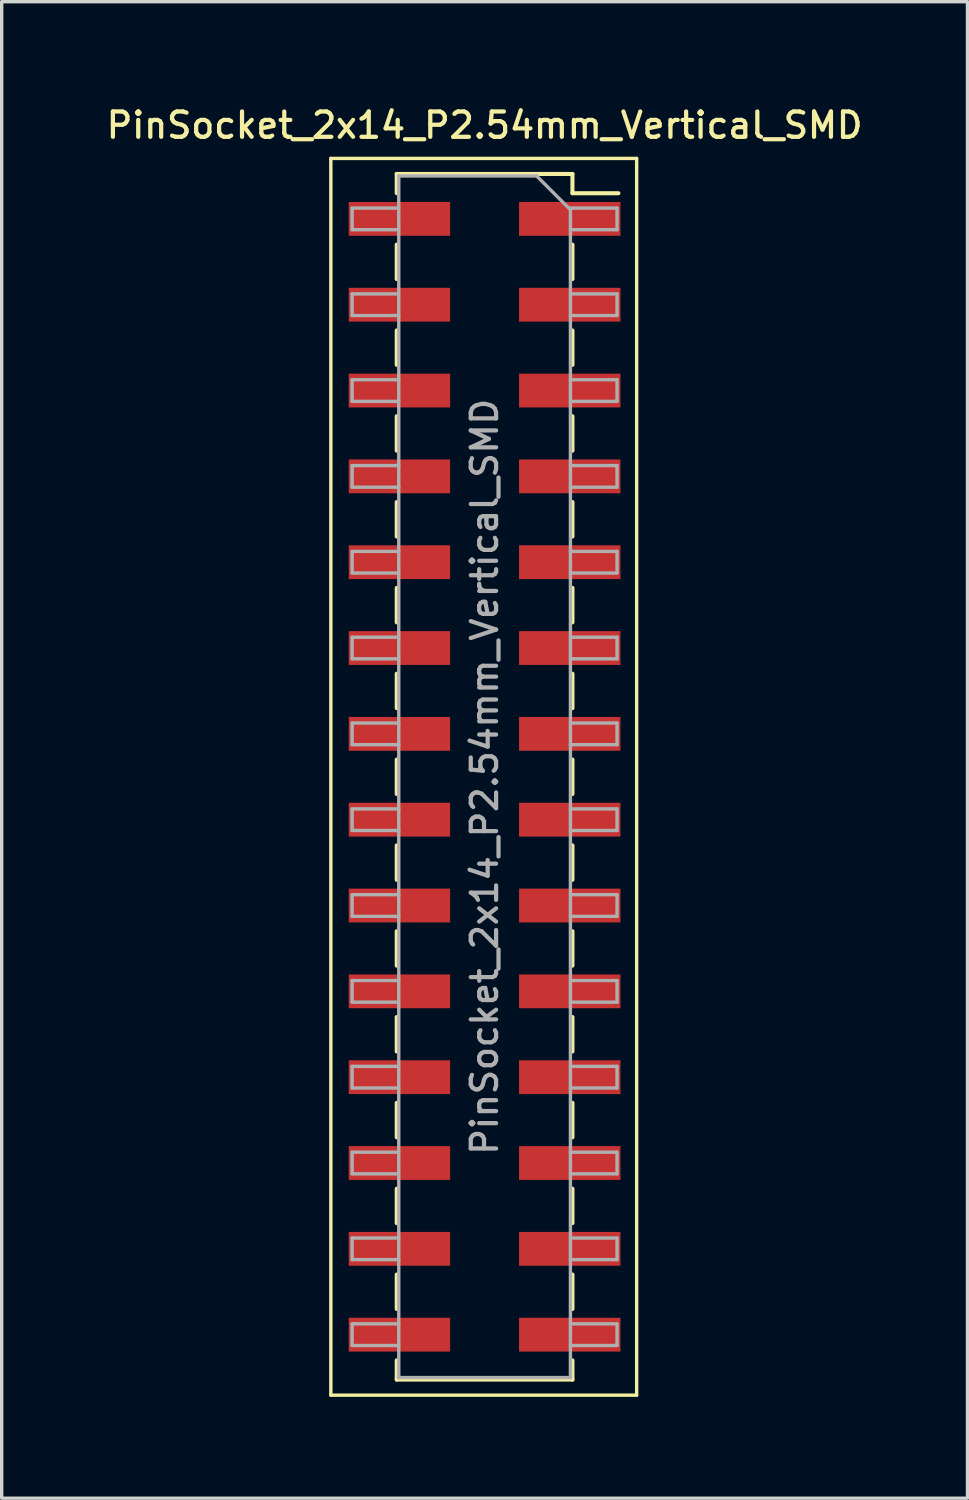
<source format=kicad_pcb>
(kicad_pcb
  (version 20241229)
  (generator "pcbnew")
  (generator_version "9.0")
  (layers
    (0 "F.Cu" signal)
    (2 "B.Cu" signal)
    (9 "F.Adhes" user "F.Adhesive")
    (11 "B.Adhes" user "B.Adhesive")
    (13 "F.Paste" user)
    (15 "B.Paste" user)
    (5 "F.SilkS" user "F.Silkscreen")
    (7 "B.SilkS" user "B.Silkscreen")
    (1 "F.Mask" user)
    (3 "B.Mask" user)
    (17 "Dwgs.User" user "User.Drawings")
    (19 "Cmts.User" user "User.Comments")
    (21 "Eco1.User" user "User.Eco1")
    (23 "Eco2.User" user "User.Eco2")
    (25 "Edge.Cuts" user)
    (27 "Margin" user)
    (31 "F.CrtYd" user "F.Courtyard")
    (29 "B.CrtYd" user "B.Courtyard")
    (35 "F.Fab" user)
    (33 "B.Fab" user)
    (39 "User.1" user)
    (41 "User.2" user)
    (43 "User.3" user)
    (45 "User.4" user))
  (footprint "PinSocket_2x14_P2.54mm_Vertical_SMD"
    (layer "F.Cu")
    (at 11.291 19.938)
    (property "Reference" "PinSocket_2x14_P2.54mm_Vertical_SMD" (at 0 -19.28 0) (layer "F.SilkS") (effects (font (size 0.75 0.75) (thickness 0.125))))
    (attr smd)
    (fp_line (start -4.55 -18.3) (end 4.5 -18.3) (stroke (width 0.1) (type solid)) (layer "F.SilkS"))
    (fp_line (start -4.55 18.3) (end -4.55 -18.3) (stroke (width 0.1) (type solid)) (layer "F.SilkS"))
    (fp_line (start -2.6 -17.84) (end -2.6 -17.27) (stroke (width 0.12) (type solid)) (layer "F.SilkS"))
    (fp_line (start -2.6 -17.84) (end 2.6 -17.84) (stroke (width 0.12) (type solid)) (layer "F.SilkS"))
    (fp_line (start -2.6 -15.75) (end -2.6 -14.73) (stroke (width 0.12) (type solid)) (layer "F.SilkS"))
    (fp_line (start -2.6 -13.21) (end -2.6 -12.19) (stroke (width 0.12) (type solid)) (layer "F.SilkS"))
    (fp_line (start -2.6 -10.67) (end -2.6 -9.65) (stroke (width 0.12) (type solid)) (layer "F.SilkS"))
    (fp_line (start -2.6 -8.13) (end -2.6 -7.11) (stroke (width 0.12) (type solid)) (layer "F.SilkS"))
    (fp_line (start -2.6 -5.59) (end -2.6 -4.57) (stroke (width 0.12) (type solid)) (layer "F.SilkS"))
    (fp_line (start -2.6 -3.05) (end -2.6 -2.03) (stroke (width 0.12) (type solid)) (layer "F.SilkS"))
    (fp_line (start -2.6 -0.51) (end -2.6 0.51) (stroke (width 0.12) (type solid)) (layer "F.SilkS"))
    (fp_line (start -2.6 2.03) (end -2.6 3.05) (stroke (width 0.12) (type solid)) (layer "F.SilkS"))
    (fp_line (start -2.6 4.57) (end -2.6 5.59) (stroke (width 0.12) (type solid)) (layer "F.SilkS"))
    (fp_line (start -2.6 7.11) (end -2.6 8.13) (stroke (width 0.12) (type solid)) (layer "F.SilkS"))
    (fp_line (start -2.6 9.65) (end -2.6 10.67) (stroke (width 0.12) (type solid)) (layer "F.SilkS"))
    (fp_line (start -2.6 12.19) (end -2.6 13.21) (stroke (width 0.12) (type solid)) (layer "F.SilkS"))
    (fp_line (start -2.6 14.73) (end -2.6 15.75) (stroke (width 0.12) (type solid)) (layer "F.SilkS"))
    (fp_line (start -2.6 17.27) (end -2.6 17.84) (stroke (width 0.12) (type solid)) (layer "F.SilkS"))
    (fp_line (start -2.6 17.84) (end 2.6 17.84) (stroke (width 0.12) (type solid)) (layer "F.SilkS"))
    (fp_line (start 2.6 -17.84) (end 2.6 -17.27) (stroke (width 0.12) (type solid)) (layer "F.SilkS"))
    (fp_line (start 2.6 -17.27) (end 3.96 -17.27) (stroke (width 0.12) (type solid)) (layer "F.SilkS"))
    (fp_line (start 2.6 -15.75) (end 2.6 -14.73) (stroke (width 0.12) (type solid)) (layer "F.SilkS"))
    (fp_line (start 2.6 -13.21) (end 2.6 -12.19) (stroke (width 0.12) (type solid)) (layer "F.SilkS"))
    (fp_line (start 2.6 -10.67) (end 2.6 -9.65) (stroke (width 0.12) (type solid)) (layer "F.SilkS"))
    (fp_line (start 2.6 -8.13) (end 2.6 -7.11) (stroke (width 0.12) (type solid)) (layer "F.SilkS"))
    (fp_line (start 2.6 -5.59) (end 2.6 -4.57) (stroke (width 0.12) (type solid)) (layer "F.SilkS"))
    (fp_line (start 2.6 -3.05) (end 2.6 -2.03) (stroke (width 0.12) (type solid)) (layer "F.SilkS"))
    (fp_line (start 2.6 -0.51) (end 2.6 0.51) (stroke (width 0.12) (type solid)) (layer "F.SilkS"))
    (fp_line (start 2.6 2.03) (end 2.6 3.05) (stroke (width 0.12) (type solid)) (layer "F.SilkS"))
    (fp_line (start 2.6 4.57) (end 2.6 5.59) (stroke (width 0.12) (type solid)) (layer "F.SilkS"))
    (fp_line (start 2.6 7.11) (end 2.6 8.13) (stroke (width 0.12) (type solid)) (layer "F.SilkS"))
    (fp_line (start 2.6 9.65) (end 2.6 10.67) (stroke (width 0.12) (type solid)) (layer "F.SilkS"))
    (fp_line (start 2.6 12.19) (end 2.6 13.21) (stroke (width 0.12) (type solid)) (layer "F.SilkS"))
    (fp_line (start 2.6 14.73) (end 2.6 15.75) (stroke (width 0.12) (type solid)) (layer "F.SilkS"))
    (fp_line (start 2.6 17.27) (end 2.6 17.84) (stroke (width 0.12) (type solid)) (layer "F.SilkS"))
    (fp_line (start 4.5 -18.3) (end 4.5 18.3) (stroke (width 0.1) (type solid)) (layer "F.SilkS"))
    (fp_line (start 4.5 18.3) (end -4.55 18.3) (stroke (width 0.1) (type solid)) (layer "F.SilkS"))
    (fp_line (start -3.92 -16.83) (end -2.54 -16.83) (stroke (width 0.1) (type solid)) (layer "F.Fab"))
    (fp_line (start -3.92 -16.19) (end -3.92 -16.83) (stroke (width 0.1) (type solid)) (layer "F.Fab"))
    (fp_line (start -3.92 -14.29) (end -2.54 -14.29) (stroke (width 0.1) (type solid)) (layer "F.Fab"))
    (fp_line (start -3.92 -13.65) (end -3.92 -14.29) (stroke (width 0.1) (type solid)) (layer "F.Fab"))
    (fp_line (start -3.92 -11.75) (end -2.54 -11.75) (stroke (width 0.1) (type solid)) (layer "F.Fab"))
    (fp_line (start -3.92 -11.11) (end -3.92 -11.75) (stroke (width 0.1) (type solid)) (layer "F.Fab"))
    (fp_line (start -3.92 -9.21) (end -2.54 -9.21) (stroke (width 0.1) (type solid)) (layer "F.Fab"))
    (fp_line (start -3.92 -8.57) (end -3.92 -9.21) (stroke (width 0.1) (type solid)) (layer "F.Fab"))
    (fp_line (start -3.92 -6.67) (end -2.54 -6.67) (stroke (width 0.1) (type solid)) (layer "F.Fab"))
    (fp_line (start -3.92 -6.03) (end -3.92 -6.67) (stroke (width 0.1) (type solid)) (layer "F.Fab"))
    (fp_line (start -3.92 -4.13) (end -2.54 -4.13) (stroke (width 0.1) (type solid)) (layer "F.Fab"))
    (fp_line (start -3.92 -3.49) (end -3.92 -4.13) (stroke (width 0.1) (type solid)) (layer "F.Fab"))
    (fp_line (start -3.92 -1.59) (end -2.54 -1.59) (stroke (width 0.1) (type solid)) (layer "F.Fab"))
    (fp_line (start -3.92 -0.95) (end -3.92 -1.59) (stroke (width 0.1) (type solid)) (layer "F.Fab"))
    (fp_line (start -3.92 0.95) (end -2.54 0.95) (stroke (width 0.1) (type solid)) (layer "F.Fab"))
    (fp_line (start -3.92 1.59) (end -3.92 0.95) (stroke (width 0.1) (type solid)) (layer "F.Fab"))
    (fp_line (start -3.92 3.49) (end -2.54 3.49) (stroke (width 0.1) (type solid)) (layer "F.Fab"))
    (fp_line (start -3.92 4.13) (end -3.92 3.49) (stroke (width 0.1) (type solid)) (layer "F.Fab"))
    (fp_line (start -3.92 6.03) (end -2.54 6.03) (stroke (width 0.1) (type solid)) (layer "F.Fab"))
    (fp_line (start -3.92 6.67) (end -3.92 6.03) (stroke (width 0.1) (type solid)) (layer "F.Fab"))
    (fp_line (start -3.92 8.57) (end -2.54 8.57) (stroke (width 0.1) (type solid)) (layer "F.Fab"))
    (fp_line (start -3.92 9.21) (end -3.92 8.57) (stroke (width 0.1) (type solid)) (layer "F.Fab"))
    (fp_line (start -3.92 11.11) (end -2.54 11.11) (stroke (width 0.1) (type solid)) (layer "F.Fab"))
    (fp_line (start -3.92 11.75) (end -3.92 11.11) (stroke (width 0.1) (type solid)) (layer "F.Fab"))
    (fp_line (start -3.92 13.65) (end -2.54 13.65) (stroke (width 0.1) (type solid)) (layer "F.Fab"))
    (fp_line (start -3.92 14.29) (end -3.92 13.65) (stroke (width 0.1) (type solid)) (layer "F.Fab"))
    (fp_line (start -3.92 16.19) (end -2.54 16.19) (stroke (width 0.1) (type solid)) (layer "F.Fab"))
    (fp_line (start -3.92 16.83) (end -3.92 16.19) (stroke (width 0.1) (type solid)) (layer "F.Fab"))
    (fp_line (start -2.54 -17.78) (end 1.54 -17.78) (stroke (width 0.1) (type solid)) (layer "F.Fab"))
    (fp_line (start -2.54 -16.19) (end -3.92 -16.19) (stroke (width 0.1) (type solid)) (layer "F.Fab"))
    (fp_line (start -2.54 -13.65) (end -3.92 -13.65) (stroke (width 0.1) (type solid)) (layer "F.Fab"))
    (fp_line (start -2.54 -11.11) (end -3.92 -11.11) (stroke (width 0.1) (type solid)) (layer "F.Fab"))
    (fp_line (start -2.54 -8.57) (end -3.92 -8.57) (stroke (width 0.1) (type solid)) (layer "F.Fab"))
    (fp_line (start -2.54 -6.03) (end -3.92 -6.03) (stroke (width 0.1) (type solid)) (layer "F.Fab"))
    (fp_line (start -2.54 -3.49) (end -3.92 -3.49) (stroke (width 0.1) (type solid)) (layer "F.Fab"))
    (fp_line (start -2.54 -0.95) (end -3.92 -0.95) (stroke (width 0.1) (type solid)) (layer "F.Fab"))
    (fp_line (start -2.54 1.59) (end -3.92 1.59) (stroke (width 0.1) (type solid)) (layer "F.Fab"))
    (fp_line (start -2.54 4.13) (end -3.92 4.13) (stroke (width 0.1) (type solid)) (layer "F.Fab"))
    (fp_line (start -2.54 6.67) (end -3.92 6.67) (stroke (width 0.1) (type solid)) (layer "F.Fab"))
    (fp_line (start -2.54 9.21) (end -3.92 9.21) (stroke (width 0.1) (type solid)) (layer "F.Fab"))
    (fp_line (start -2.54 11.75) (end -3.92 11.75) (stroke (width 0.1) (type solid)) (layer "F.Fab"))
    (fp_line (start -2.54 14.29) (end -3.92 14.29) (stroke (width 0.1) (type solid)) (layer "F.Fab"))
    (fp_line (start -2.54 16.83) (end -3.92 16.83) (stroke (width 0.1) (type solid)) (layer "F.Fab"))
    (fp_line (start -2.54 17.78) (end -2.54 -17.78) (stroke (width 0.1) (type solid)) (layer "F.Fab"))
    (fp_line (start 1.54 -17.78) (end 2.54 -16.78) (stroke (width 0.1) (type solid)) (layer "F.Fab"))
    (fp_line (start 2.54 -16.83) (end 3.92 -16.83) (stroke (width 0.1) (type solid)) (layer "F.Fab"))
    (fp_line (start 2.54 -16.78) (end 2.54 17.78) (stroke (width 0.1) (type solid)) (layer "F.Fab"))
    (fp_line (start 2.54 -14.29) (end 3.92 -14.29) (stroke (width 0.1) (type solid)) (layer "F.Fab"))
    (fp_line (start 2.54 -11.75) (end 3.92 -11.75) (stroke (width 0.1) (type solid)) (layer "F.Fab"))
    (fp_line (start 2.54 -9.21) (end 3.92 -9.21) (stroke (width 0.1) (type solid)) (layer "F.Fab"))
    (fp_line (start 2.54 -6.67) (end 3.92 -6.67) (stroke (width 0.1) (type solid)) (layer "F.Fab"))
    (fp_line (start 2.54 -4.13) (end 3.92 -4.13) (stroke (width 0.1) (type solid)) (layer "F.Fab"))
    (fp_line (start 2.54 -1.59) (end 3.92 -1.59) (stroke (width 0.1) (type solid)) (layer "F.Fab"))
    (fp_line (start 2.54 0.95) (end 3.92 0.95) (stroke (width 0.1) (type solid)) (layer "F.Fab"))
    (fp_line (start 2.54 3.49) (end 3.92 3.49) (stroke (width 0.1) (type solid)) (layer "F.Fab"))
    (fp_line (start 2.54 6.03) (end 3.92 6.03) (stroke (width 0.1) (type solid)) (layer "F.Fab"))
    (fp_line (start 2.54 8.57) (end 3.92 8.57) (stroke (width 0.1) (type solid)) (layer "F.Fab"))
    (fp_line (start 2.54 11.11) (end 3.92 11.11) (stroke (width 0.1) (type solid)) (layer "F.Fab"))
    (fp_line (start 2.54 13.65) (end 3.92 13.65) (stroke (width 0.1) (type solid)) (layer "F.Fab"))
    (fp_line (start 2.54 16.19) (end 3.92 16.19) (stroke (width 0.1) (type solid)) (layer "F.Fab"))
    (fp_line (start 2.54 17.78) (end -2.54 17.78) (stroke (width 0.1) (type solid)) (layer "F.Fab"))
    (fp_line (start 3.92 -16.83) (end 3.92 -16.19) (stroke (width 0.1) (type solid)) (layer "F.Fab"))
    (fp_line (start 3.92 -16.19) (end 2.54 -16.19) (stroke (width 0.1) (type solid)) (layer "F.Fab"))
    (fp_line (start 3.92 -14.29) (end 3.92 -13.65) (stroke (width 0.1) (type solid)) (layer "F.Fab"))
    (fp_line (start 3.92 -13.65) (end 2.54 -13.65) (stroke (width 0.1) (type solid)) (layer "F.Fab"))
    (fp_line (start 3.92 -11.75) (end 3.92 -11.11) (stroke (width 0.1) (type solid)) (layer "F.Fab"))
    (fp_line (start 3.92 -11.11) (end 2.54 -11.11) (stroke (width 0.1) (type solid)) (layer "F.Fab"))
    (fp_line (start 3.92 -9.21) (end 3.92 -8.57) (stroke (width 0.1) (type solid)) (layer "F.Fab"))
    (fp_line (start 3.92 -8.57) (end 2.54 -8.57) (stroke (width 0.1) (type solid)) (layer "F.Fab"))
    (fp_line (start 3.92 -6.67) (end 3.92 -6.03) (stroke (width 0.1) (type solid)) (layer "F.Fab"))
    (fp_line (start 3.92 -6.03) (end 2.54 -6.03) (stroke (width 0.1) (type solid)) (layer "F.Fab"))
    (fp_line (start 3.92 -4.13) (end 3.92 -3.49) (stroke (width 0.1) (type solid)) (layer "F.Fab"))
    (fp_line (start 3.92 -3.49) (end 2.54 -3.49) (stroke (width 0.1) (type solid)) (layer "F.Fab"))
    (fp_line (start 3.92 -1.59) (end 3.92 -0.95) (stroke (width 0.1) (type solid)) (layer "F.Fab"))
    (fp_line (start 3.92 -0.95) (end 2.54 -0.95) (stroke (width 0.1) (type solid)) (layer "F.Fab"))
    (fp_line (start 3.92 0.95) (end 3.92 1.59) (stroke (width 0.1) (type solid)) (layer "F.Fab"))
    (fp_line (start 3.92 1.59) (end 2.54 1.59) (stroke (width 0.1) (type solid)) (layer "F.Fab"))
    (fp_line (start 3.92 3.49) (end 3.92 4.13) (stroke (width 0.1) (type solid)) (layer "F.Fab"))
    (fp_line (start 3.92 4.13) (end 2.54 4.13) (stroke (width 0.1) (type solid)) (layer "F.Fab"))
    (fp_line (start 3.92 6.03) (end 3.92 6.67) (stroke (width 0.1) (type solid)) (layer "F.Fab"))
    (fp_line (start 3.92 6.67) (end 2.54 6.67) (stroke (width 0.1) (type solid)) (layer "F.Fab"))
    (fp_line (start 3.92 8.57) (end 3.92 9.21) (stroke (width 0.1) (type solid)) (layer "F.Fab"))
    (fp_line (start 3.92 9.21) (end 2.54 9.21) (stroke (width 0.1) (type solid)) (layer "F.Fab"))
    (fp_line (start 3.92 11.11) (end 3.92 11.75) (stroke (width 0.1) (type solid)) (layer "F.Fab"))
    (fp_line (start 3.92 11.75) (end 2.54 11.75) (stroke (width 0.1) (type solid)) (layer "F.Fab"))
    (fp_line (start 3.92 13.65) (end 3.92 14.29) (stroke (width 0.1) (type solid)) (layer "F.Fab"))
    (fp_line (start 3.92 14.29) (end 2.54 14.29) (stroke (width 0.1) (type solid)) (layer "F.Fab"))
    (fp_line (start 3.92 16.19) (end 3.92 16.83) (stroke (width 0.1) (type solid)) (layer "F.Fab"))
    (fp_line (start 3.92 16.83) (end 2.54 16.83) (stroke (width 0.1) (type solid)) (layer "F.Fab"))
    (fp_text user "${REFERENCE}" (at 0 0 90) (layer "F.Fab") (effects (font (size 0.75 0.75) (thickness 0.125))))
    (pad "1" smd rect (at 2.52 -16.51) (size 3 1) (layers "F.Cu" "F.Mask" "F.Paste"))
    (pad "2" smd rect (at -2.52 -16.51) (size 3 1) (layers "F.Cu" "F.Mask" "F.Paste"))
    (pad "3" smd rect (at 2.52 -13.97) (size 3 1) (layers "F.Cu" "F.Mask" "F.Paste"))
    (pad "4" smd rect (at -2.52 -13.97) (size 3 1) (layers "F.Cu" "F.Mask" "F.Paste"))
    (pad "5" smd rect (at 2.52 -11.43) (size 3 1) (layers "F.Cu" "F.Mask" "F.Paste"))
    (pad "6" smd rect (at -2.52 -11.43) (size 3 1) (layers "F.Cu" "F.Mask" "F.Paste"))
    (pad "7" smd rect (at 2.52 -8.89) (size 3 1) (layers "F.Cu" "F.Mask" "F.Paste"))
    (pad "8" smd rect (at -2.52 -8.89) (size 3 1) (layers "F.Cu" "F.Mask" "F.Paste"))
    (pad "9" smd rect (at 2.52 -6.35) (size 3 1) (layers "F.Cu" "F.Mask" "F.Paste"))
    (pad "10" smd rect (at -2.52 -6.35) (size 3 1) (layers "F.Cu" "F.Mask" "F.Paste"))
    (pad "11" smd rect (at 2.52 -3.81) (size 3 1) (layers "F.Cu" "F.Mask" "F.Paste"))
    (pad "12" smd rect (at -2.52 -3.81) (size 3 1) (layers "F.Cu" "F.Mask" "F.Paste"))
    (pad "13" smd rect (at 2.52 -1.27) (size 3 1) (layers "F.Cu" "F.Mask" "F.Paste"))
    (pad "14" smd rect (at -2.52 -1.27) (size 3 1) (layers "F.Cu" "F.Mask" "F.Paste"))
    (pad "15" smd rect (at 2.52 1.27) (size 3 1) (layers "F.Cu" "F.Mask" "F.Paste"))
    (pad "16" smd rect (at -2.52 1.27) (size 3 1) (layers "F.Cu" "F.Mask" "F.Paste"))
    (pad "17" smd rect (at 2.52 3.81) (size 3 1) (layers "F.Cu" "F.Mask" "F.Paste"))
    (pad "18" smd rect (at -2.52 3.81) (size 3 1) (layers "F.Cu" "F.Mask" "F.Paste"))
    (pad "19" smd rect (at 2.52 6.35) (size 3 1) (layers "F.Cu" "F.Mask" "F.Paste"))
    (pad "20" smd rect (at -2.52 6.35) (size 3 1) (layers "F.Cu" "F.Mask" "F.Paste"))
    (pad "21" smd rect (at 2.52 8.89) (size 3 1) (layers "F.Cu" "F.Mask" "F.Paste"))
    (pad "22" smd rect (at -2.52 8.89) (size 3 1) (layers "F.Cu" "F.Mask" "F.Paste"))
    (pad "23" smd rect (at 2.52 11.43) (size 3 1) (layers "F.Cu" "F.Mask" "F.Paste"))
    (pad "24" smd rect (at -2.52 11.43) (size 3 1) (layers "F.Cu" "F.Mask" "F.Paste"))
    (pad "25" smd rect (at 2.52 13.97) (size 3 1) (layers "F.Cu" "F.Mask" "F.Paste"))
    (pad "26" smd rect (at -2.52 13.97) (size 3 1) (layers "F.Cu" "F.Mask" "F.Paste"))
    (pad "27" smd rect (at 2.52 16.51) (size 3 1) (layers "F.Cu" "F.Mask" "F.Paste"))
    (pad "28" smd rect (at -2.52 16.51) (size 3 1) (layers "F.Cu" "F.Mask" "F.Paste")))
  (gr_rect
    (start -3 -3)
    (end 25.582 41.288)
    (stroke (width 0.1) (type default))
    (fill no)
    (layer "Edge.Cuts")))
</source>
